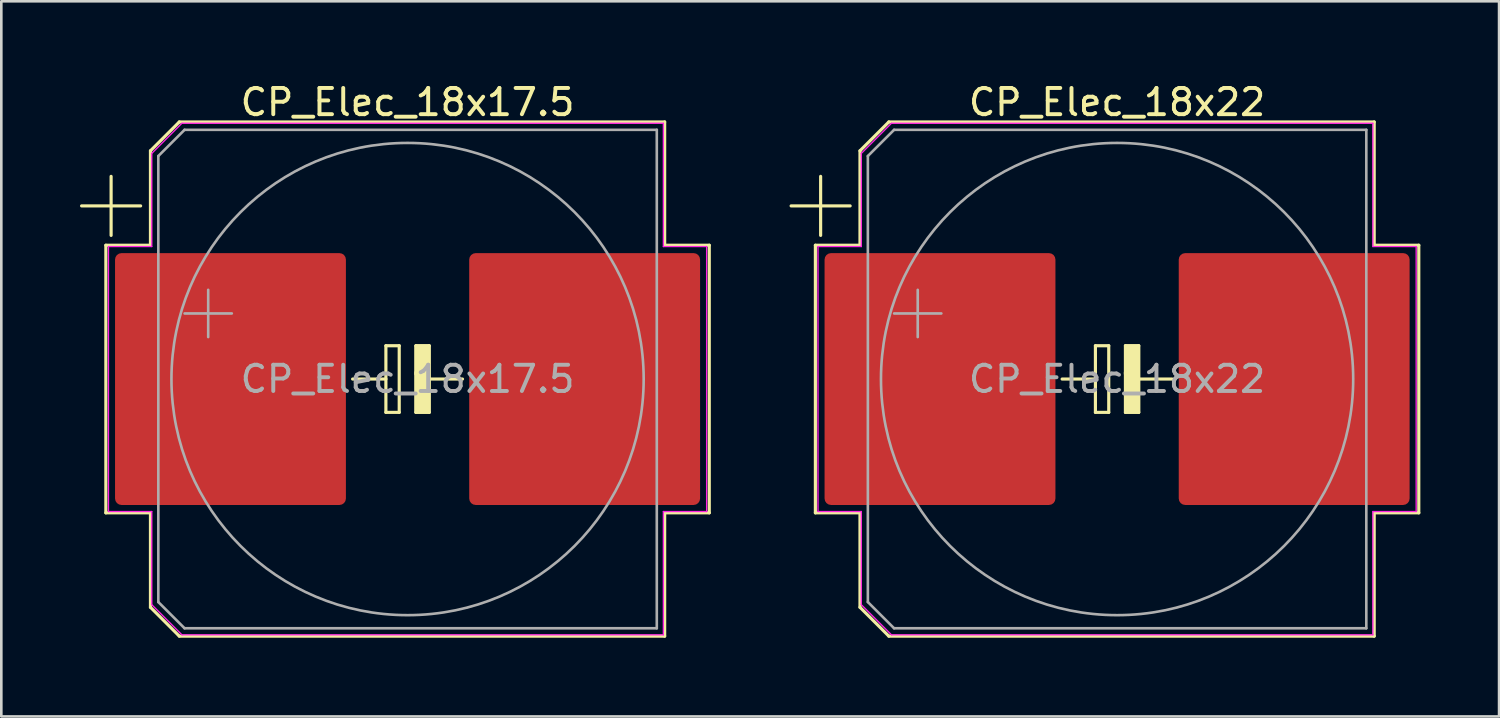
<source format=kicad_pcb>
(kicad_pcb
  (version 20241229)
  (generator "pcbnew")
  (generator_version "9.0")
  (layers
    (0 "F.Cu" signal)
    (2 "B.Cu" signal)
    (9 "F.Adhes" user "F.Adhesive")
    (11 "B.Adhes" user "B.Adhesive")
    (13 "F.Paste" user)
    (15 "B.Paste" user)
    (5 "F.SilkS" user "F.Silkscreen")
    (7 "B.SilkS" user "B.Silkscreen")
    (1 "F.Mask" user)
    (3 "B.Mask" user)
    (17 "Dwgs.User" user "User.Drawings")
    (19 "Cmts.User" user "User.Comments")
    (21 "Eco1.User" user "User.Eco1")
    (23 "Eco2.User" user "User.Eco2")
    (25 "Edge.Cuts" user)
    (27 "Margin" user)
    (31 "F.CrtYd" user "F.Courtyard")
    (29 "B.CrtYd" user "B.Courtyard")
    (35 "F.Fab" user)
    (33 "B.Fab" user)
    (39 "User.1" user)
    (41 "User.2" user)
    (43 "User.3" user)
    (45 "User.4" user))
  (footprint "CP_Elec_18x22"
    (layer "F.Cu")
    (at 39.53 11.398)
    (property "Reference" "CP_Elec_18x22" (at 0 -10.55 0) (layer "F.SilkS") (effects (font (size 1 1) (thickness 0.15))))
    (attr smd)
    (fp_line (start -12.425 -6.6) (end -10.175 -6.6) (stroke (width 0.12) (type solid)) (layer "F.SilkS"))
    (fp_line (start -11.5 -5.1) (end -11.5 5.1) (stroke (width 0.12) (type solid)) (layer "F.SilkS"))
    (fp_line (start -11.5 5.1) (end -9.8 5.1) (stroke (width 0.12) (type solid)) (layer "F.SilkS"))
    (fp_line (start -11.3 -7.725) (end -11.3 -5.475) (stroke (width 0.12) (type solid)) (layer "F.SilkS"))
    (fp_line (start -9.8 -8.7) (end -9.8 -5.1) (stroke (width 0.12) (type solid)) (layer "F.SilkS"))
    (fp_line (start -9.8 -5.1) (end -11.5 -5.1) (stroke (width 0.12) (type solid)) (layer "F.SilkS"))
    (fp_line (start -9.8 5.1) (end -9.8 8.7) (stroke (width 0.12) (type solid)) (layer "F.SilkS"))
    (fp_line (start -9.8 8.7) (end -8.7 9.8) (stroke (width 0.12) (type solid)) (layer "F.SilkS"))
    (fp_line (start -8.7 -9.8) (end -9.8 -8.7) (stroke (width 0.12) (type solid)) (layer "F.SilkS"))
    (fp_line (start -8.7 9.8) (end 9.8 9.8) (stroke (width 0.12) (type solid)) (layer "F.SilkS"))
    (fp_line (start -2.095 0) (end -0.826 0) (stroke (width 0.12) (type solid)) (layer "F.SilkS"))
    (fp_line (start -0.826 1.27) (end -0.826 -1.27) (stroke (width 0.12) (type solid)) (layer "F.SilkS"))
    (fp_line (start -0.318 -1.27) (end -0.826 -1.27) (stroke (width 0.12) (type solid)) (layer "F.SilkS"))
    (fp_line (start -0.318 -1.27) (end -0.318 1.27) (stroke (width 0.12) (type solid)) (layer "F.SilkS"))
    (fp_line (start -0.318 1.27) (end -0.826 1.27) (stroke (width 0.12) (type solid)) (layer "F.SilkS"))
    (fp_line (start 0.318 -1.27) (end 0.318 -0.191) (stroke (width 0.12) (type solid)) (layer "F.SilkS"))
    (fp_line (start 0.318 -0.254) (end 0.318 1.27) (stroke (width 0.12) (type solid)) (layer "F.SilkS"))
    (fp_line (start 0.318 1.27) (end 0.826 1.27) (stroke (width 0.12) (type solid)) (layer "F.SilkS"))
    (fp_line (start 0.826 -1.27) (end 0.318 -1.27) (stroke (width 0.12) (type solid)) (layer "F.SilkS"))
    (fp_line (start 0.826 0) (end 2.095 0) (stroke (width 0.12) (type solid)) (layer "F.SilkS"))
    (fp_line (start 0.826 1.27) (end 0.826 -1.27) (stroke (width 0.12) (type solid)) (layer "F.SilkS"))
    (fp_line (start 9.8 -9.8) (end -8.7 -9.8) (stroke (width 0.12) (type solid)) (layer "F.SilkS"))
    (fp_line (start 9.8 -5.1) (end 9.8 -9.8) (stroke (width 0.12) (type solid)) (layer "F.SilkS"))
    (fp_line (start 9.8 5.1) (end 11.5 5.1) (stroke (width 0.12) (type solid)) (layer "F.SilkS"))
    (fp_line (start 9.8 9.8) (end 9.8 5.1) (stroke (width 0.12) (type solid)) (layer "F.SilkS"))
    (fp_line (start 11.5 -5.1) (end 9.8 -5.1) (stroke (width 0.12) (type solid)) (layer "F.SilkS"))
    (fp_line (start 11.5 5.1) (end 11.5 -5.1) (stroke (width 0.12) (type solid)) (layer "F.SilkS"))
    (fp_poly (pts (xy 0.826 1.27) (xy 0.318 1.27) (xy 0.318 -1.27) (xy 0.826 -1.27)) (stroke (width 0.1) (type solid)) (fill yes) (layer "F.SilkS"))
    (fp_line (start -11.4 -5.05) (end -11.4 5.05) (stroke (width 0.05) (type solid)) (layer "F.CrtYd"))
    (fp_line (start -11.4 5.05) (end -9.75 5.05) (stroke (width 0.05) (type solid)) (layer "F.CrtYd"))
    (fp_line (start -9.75 -8.6) (end -9.75 -5.05) (stroke (width 0.05) (type solid)) (layer "F.CrtYd"))
    (fp_line (start -9.75 -8.6) (end -8.6 -9.75) (stroke (width 0.05) (type solid)) (layer "F.CrtYd"))
    (fp_line (start -9.75 -5.05) (end -11.4 -5.05) (stroke (width 0.05) (type solid)) (layer "F.CrtYd"))
    (fp_line (start -9.75 5.05) (end -9.75 8.6) (stroke (width 0.05) (type solid)) (layer "F.CrtYd"))
    (fp_line (start -9.75 8.6) (end -8.6 9.75) (stroke (width 0.05) (type solid)) (layer "F.CrtYd"))
    (fp_line (start -8.6 -9.75) (end 9.75 -9.75) (stroke (width 0.05) (type solid)) (layer "F.CrtYd"))
    (fp_line (start -8.6 9.75) (end 9.75 9.75) (stroke (width 0.05) (type solid)) (layer "F.CrtYd"))
    (fp_line (start 9.75 -9.75) (end 9.75 -5.05) (stroke (width 0.05) (type solid)) (layer "F.CrtYd"))
    (fp_line (start 9.75 -5.05) (end 11.4 -5.05) (stroke (width 0.05) (type solid)) (layer "F.CrtYd"))
    (fp_line (start 9.75 5.05) (end 9.75 9.75) (stroke (width 0.05) (type solid)) (layer "F.CrtYd"))
    (fp_line (start 11.4 -5.05) (end 11.4 5.05) (stroke (width 0.05) (type solid)) (layer "F.CrtYd"))
    (fp_line (start 11.4 5.05) (end 9.75 5.05) (stroke (width 0.05) (type solid)) (layer "F.CrtYd"))
    (fp_line (start -9.5 -8.5) (end -9.5 8.5) (stroke (width 0.1) (type solid)) (layer "F.Fab"))
    (fp_line (start -9.5 -8.5) (end -8.5 -9.5) (stroke (width 0.1) (type solid)) (layer "F.Fab"))
    (fp_line (start -9.5 8.5) (end -8.5 9.5) (stroke (width 0.1) (type solid)) (layer "F.Fab"))
    (fp_line (start -8.5 -9.5) (end 9.5 -9.5) (stroke (width 0.1) (type solid)) (layer "F.Fab"))
    (fp_line (start -8.5 9.5) (end 9.5 9.5) (stroke (width 0.1) (type solid)) (layer "F.Fab"))
    (fp_line (start -8.499 -2.5) (end -6.699 -2.5) (stroke (width 0.1) (type solid)) (layer "F.Fab"))
    (fp_line (start -7.599 -3.4) (end -7.599 -1.6) (stroke (width 0.1) (type solid)) (layer "F.Fab"))
    (fp_line (start 9.5 -9.5) (end 9.5 9.5) (stroke (width 0.1) (type solid)) (layer "F.Fab"))
    (fp_circle (center 0 0) (end 9 0) (stroke (width 0.1) (type solid)) (fill no) (layer "F.Fab"))
    (fp_text user "${REFERENCE}" (at 0 0 0) (layer "F.Fab") (effects (font (size 1 1) (thickness 0.15))))
    (pad "1" smd roundrect (at -6.75 0) (size 8.8 9.6) (layers "F.Cu" "F.Mask" "F.Paste") (roundrect_rratio 0.028))
    (pad "2" smd roundrect (at 6.75 0) (size 8.8 9.6) (layers "F.Cu" "F.Mask" "F.Paste") (roundrect_rratio 0.028)))
  (footprint "CP_Elec_18x17.5"
    (layer "F.Cu")
    (at 12.485 11.398)
    (property "Reference" "CP_Elec_18x17.5" (at 0 -10.55 0) (layer "F.SilkS") (effects (font (size 1 1) (thickness 0.15))))
    (attr smd)
    (fp_line (start -12.425 -6.6) (end -10.175 -6.6) (stroke (width 0.12) (type solid)) (layer "F.SilkS"))
    (fp_line (start -11.5 -5.1) (end -11.5 5.1) (stroke (width 0.12) (type solid)) (layer "F.SilkS"))
    (fp_line (start -11.5 5.1) (end -9.8 5.1) (stroke (width 0.12) (type solid)) (layer "F.SilkS"))
    (fp_line (start -11.3 -7.725) (end -11.3 -5.475) (stroke (width 0.12) (type solid)) (layer "F.SilkS"))
    (fp_line (start -9.8 -8.7) (end -9.8 -5.1) (stroke (width 0.12) (type solid)) (layer "F.SilkS"))
    (fp_line (start -9.8 -5.1) (end -11.5 -5.1) (stroke (width 0.12) (type solid)) (layer "F.SilkS"))
    (fp_line (start -9.8 5.1) (end -9.8 8.7) (stroke (width 0.12) (type solid)) (layer "F.SilkS"))
    (fp_line (start -9.8 8.7) (end -8.7 9.8) (stroke (width 0.12) (type solid)) (layer "F.SilkS"))
    (fp_line (start -8.7 -9.8) (end -9.8 -8.7) (stroke (width 0.12) (type solid)) (layer "F.SilkS"))
    (fp_line (start -8.7 9.8) (end 9.8 9.8) (stroke (width 0.12) (type solid)) (layer "F.SilkS"))
    (fp_line (start -2.095 0) (end -0.826 0) (stroke (width 0.12) (type solid)) (layer "F.SilkS"))
    (fp_line (start -0.826 1.27) (end -0.826 -1.27) (stroke (width 0.12) (type solid)) (layer "F.SilkS"))
    (fp_line (start -0.318 -1.27) (end -0.826 -1.27) (stroke (width 0.12) (type solid)) (layer "F.SilkS"))
    (fp_line (start -0.318 -1.27) (end -0.318 1.27) (stroke (width 0.12) (type solid)) (layer "F.SilkS"))
    (fp_line (start -0.318 1.27) (end -0.826 1.27) (stroke (width 0.12) (type solid)) (layer "F.SilkS"))
    (fp_line (start 0.318 -1.27) (end 0.318 -0.191) (stroke (width 0.12) (type solid)) (layer "F.SilkS"))
    (fp_line (start 0.318 -0.254) (end 0.318 1.27) (stroke (width 0.12) (type solid)) (layer "F.SilkS"))
    (fp_line (start 0.318 1.27) (end 0.826 1.27) (stroke (width 0.12) (type solid)) (layer "F.SilkS"))
    (fp_line (start 0.826 -1.27) (end 0.318 -1.27) (stroke (width 0.12) (type solid)) (layer "F.SilkS"))
    (fp_line (start 0.826 0) (end 2.095 0) (stroke (width 0.12) (type solid)) (layer "F.SilkS"))
    (fp_line (start 0.826 1.27) (end 0.826 -1.27) (stroke (width 0.12) (type solid)) (layer "F.SilkS"))
    (fp_line (start 9.8 -9.8) (end -8.7 -9.8) (stroke (width 0.12) (type solid)) (layer "F.SilkS"))
    (fp_line (start 9.8 -5.1) (end 9.8 -9.8) (stroke (width 0.12) (type solid)) (layer "F.SilkS"))
    (fp_line (start 9.8 5.1) (end 11.5 5.1) (stroke (width 0.12) (type solid)) (layer "F.SilkS"))
    (fp_line (start 9.8 9.8) (end 9.8 5.1) (stroke (width 0.12) (type solid)) (layer "F.SilkS"))
    (fp_line (start 11.5 -5.1) (end 9.8 -5.1) (stroke (width 0.12) (type solid)) (layer "F.SilkS"))
    (fp_line (start 11.5 5.1) (end 11.5 -5.1) (stroke (width 0.12) (type solid)) (layer "F.SilkS"))
    (fp_poly (pts (xy 0.826 1.27) (xy 0.318 1.27) (xy 0.318 -1.27) (xy 0.826 -1.27)) (stroke (width 0.1) (type solid)) (fill yes) (layer "F.SilkS"))
    (fp_line (start -11.4 -5.05) (end -11.4 5.05) (stroke (width 0.05) (type solid)) (layer "F.CrtYd"))
    (fp_line (start -11.4 5.05) (end -9.75 5.05) (stroke (width 0.05) (type solid)) (layer "F.CrtYd"))
    (fp_line (start -9.75 -8.6) (end -9.75 -5.05) (stroke (width 0.05) (type solid)) (layer "F.CrtYd"))
    (fp_line (start -9.75 -8.6) (end -8.6 -9.75) (stroke (width 0.05) (type solid)) (layer "F.CrtYd"))
    (fp_line (start -9.75 -5.05) (end -11.4 -5.05) (stroke (width 0.05) (type solid)) (layer "F.CrtYd"))
    (fp_line (start -9.75 5.05) (end -9.75 8.6) (stroke (width 0.05) (type solid)) (layer "F.CrtYd"))
    (fp_line (start -9.75 8.6) (end -8.6 9.75) (stroke (width 0.05) (type solid)) (layer "F.CrtYd"))
    (fp_line (start -8.6 -9.75) (end 9.75 -9.75) (stroke (width 0.05) (type solid)) (layer "F.CrtYd"))
    (fp_line (start -8.6 9.75) (end 9.75 9.75) (stroke (width 0.05) (type solid)) (layer "F.CrtYd"))
    (fp_line (start 9.75 -9.75) (end 9.75 -5.05) (stroke (width 0.05) (type solid)) (layer "F.CrtYd"))
    (fp_line (start 9.75 -5.05) (end 11.4 -5.05) (stroke (width 0.05) (type solid)) (layer "F.CrtYd"))
    (fp_line (start 9.75 5.05) (end 9.75 9.75) (stroke (width 0.05) (type solid)) (layer "F.CrtYd"))
    (fp_line (start 11.4 -5.05) (end 11.4 5.05) (stroke (width 0.05) (type solid)) (layer "F.CrtYd"))
    (fp_line (start 11.4 5.05) (end 9.75 5.05) (stroke (width 0.05) (type solid)) (layer "F.CrtYd"))
    (fp_line (start -9.5 -8.5) (end -9.5 8.5) (stroke (width 0.1) (type solid)) (layer "F.Fab"))
    (fp_line (start -9.5 -8.5) (end -8.5 -9.5) (stroke (width 0.1) (type solid)) (layer "F.Fab"))
    (fp_line (start -9.5 8.5) (end -8.5 9.5) (stroke (width 0.1) (type solid)) (layer "F.Fab"))
    (fp_line (start -8.5 -9.5) (end 9.5 -9.5) (stroke (width 0.1) (type solid)) (layer "F.Fab"))
    (fp_line (start -8.5 9.5) (end 9.5 9.5) (stroke (width 0.1) (type solid)) (layer "F.Fab"))
    (fp_line (start -8.499 -2.5) (end -6.699 -2.5) (stroke (width 0.1) (type solid)) (layer "F.Fab"))
    (fp_line (start -7.599 -3.4) (end -7.599 -1.6) (stroke (width 0.1) (type solid)) (layer "F.Fab"))
    (fp_line (start 9.5 -9.5) (end 9.5 9.5) (stroke (width 0.1) (type solid)) (layer "F.Fab"))
    (fp_circle (center 0 0) (end 9 0) (stroke (width 0.1) (type solid)) (fill no) (layer "F.Fab"))
    (fp_text user "${REFERENCE}" (at 0 0 0) (layer "F.Fab") (effects (font (size 1 1) (thickness 0.15))))
    (pad "1" smd roundrect (at -6.75 0) (size 8.8 9.6) (layers "F.Cu" "F.Mask" "F.Paste") (roundrect_rratio 0.028))
    (pad "2" smd roundrect (at 6.75 0) (size 8.8 9.6) (layers "F.Cu" "F.Mask" "F.Paste") (roundrect_rratio 0.028)))
  (gr_rect
    (start -3 -3)
    (end 54.09 24.258)
    (stroke (width 0.1) (type default))
    (fill no)
    (layer "Edge.Cuts")))
</source>
